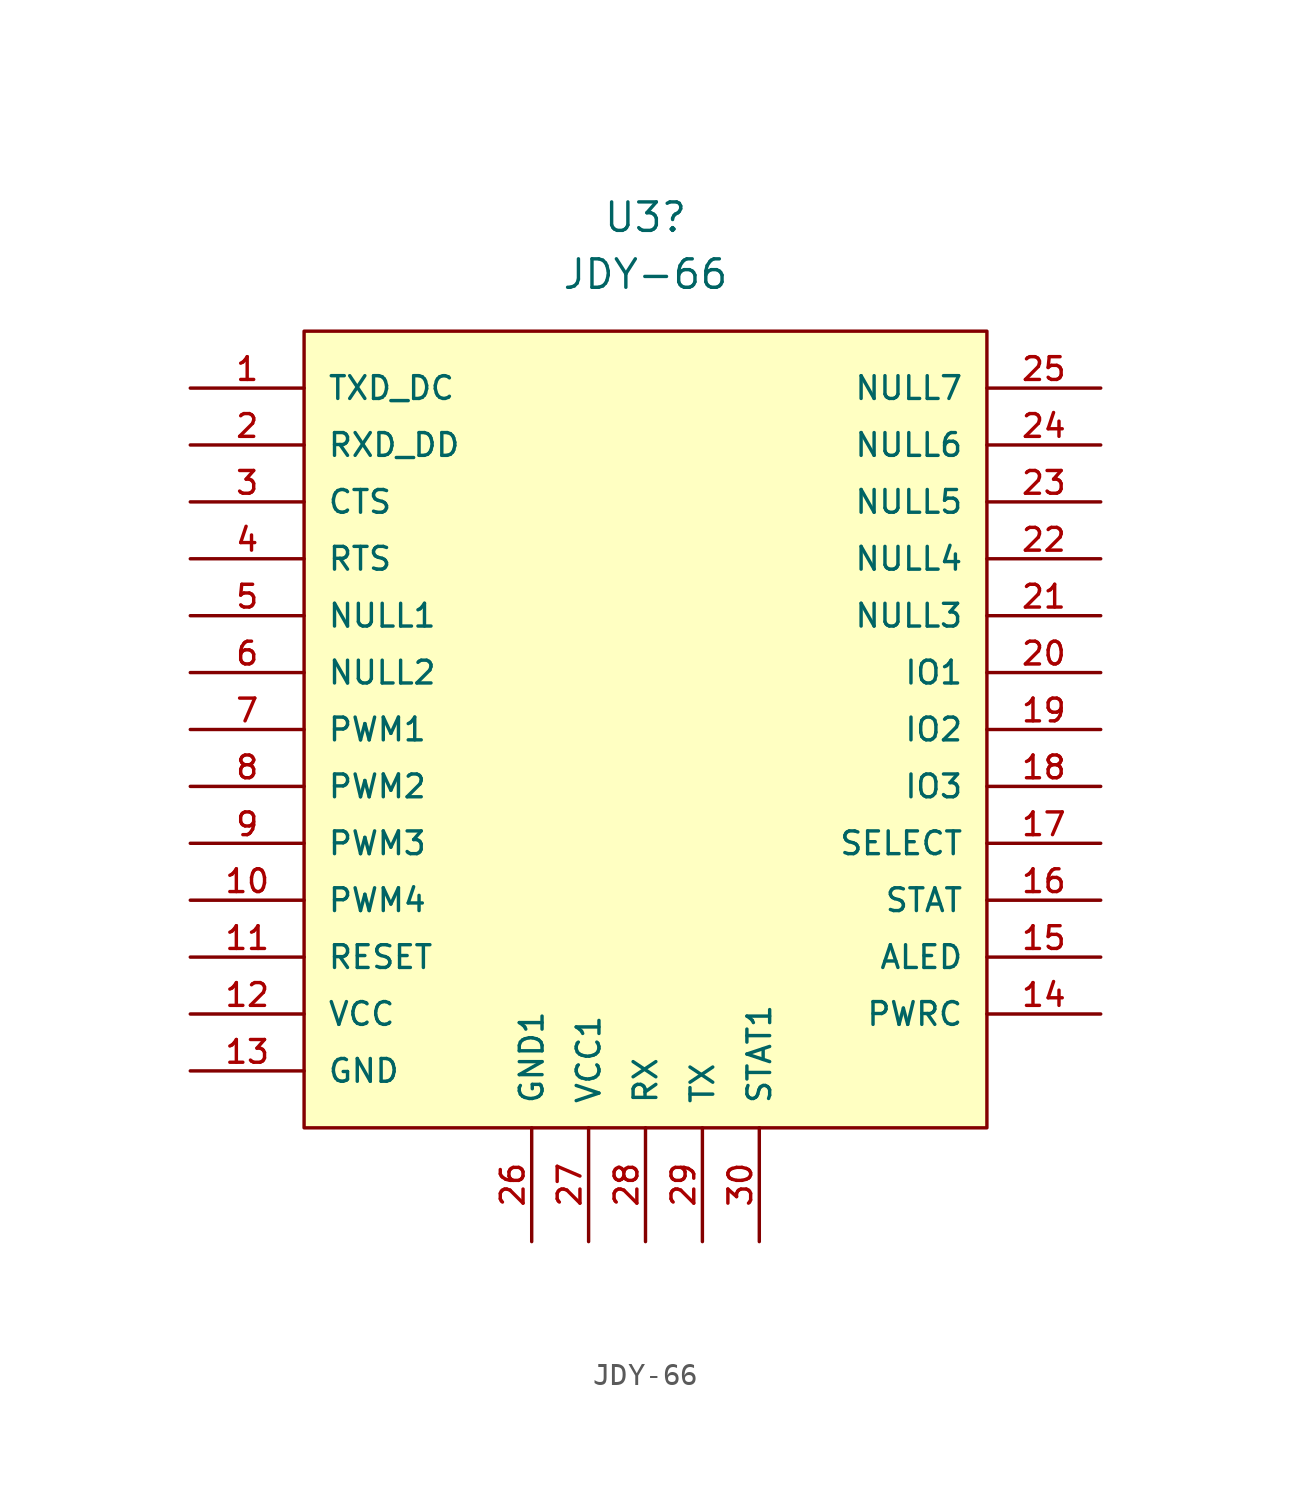
<source format=kicad_sym>
(kicad_symbol_lib
  (version 20231120)
  (generator "kicad_symbol_editor")
  (generator_version "8.0")
  (symbol "JDY-66"
    (pin_names
      (offset 1.016))
    (property "Reference" "U3"
      (at 25.4 43.18 0)
      (effects (font (size 1.27 1.27))))
    (property "Value" "JDY-66"
      (at 25.4 40.64 0)
      (effects (font (size 1.27 1.27))))
    (symbol "JDY-66_0_0"
      (rectangle (start 10.16 2.54) (end 40.64 38.1) (stroke (width 0.152) (type default)) (fill (type background)))
      (pin bidirectional line (at 5.08 35.56 0) (length 5.08) (name "TXD_DC" (effects (font (size 1.016 1.016)))) (number "1" (effects (font (size 1.016 1.016)))))
      (pin bidirectional line (at 5.08 12.7 0) (length 5.08) (name "PWM4" (effects (font (size 1.016 1.016)))) (number "10" (effects (font (size 1.016 1.016)))))
      (pin bidirectional line (at 5.08 10.16 0) (length 5.08) (name "RESET" (effects (font (size 1.016 1.016)))) (number "11" (effects (font (size 1.016 1.016)))))
      (pin bidirectional line (at 5.08 7.62 0) (length 5.08) (name "VCC" (effects (font (size 1.016 1.016)))) (number "12" (effects (font (size 1.016 1.016)))))
      (pin bidirectional line (at 5.08 5.08 0) (length 5.08) (name "GND" (effects (font (size 1.016 1.016)))) (number "13" (effects (font (size 1.016 1.016)))))
      (pin bidirectional line (at 45.72 7.62 180) (length 5.08) (name "PWRC" (effects (font (size 1.016 1.016)))) (number "14" (effects (font (size 1.016 1.016)))))
      (pin bidirectional line (at 45.72 10.16 180) (length 5.08) (name "ALED" (effects (font (size 1.016 1.016)))) (number "15" (effects (font (size 1.016 1.016)))))
      (pin bidirectional line (at 45.72 12.7 180) (length 5.08) (name "STAT" (effects (font (size 1.016 1.016)))) (number "16" (effects (font (size 1.016 1.016)))))
      (pin bidirectional line (at 45.72 15.24 180) (length 5.08) (name "SELECT" (effects (font (size 1.016 1.016)))) (number "17" (effects (font (size 1.016 1.016)))))
      (pin bidirectional line (at 45.72 17.78 180) (length 5.08) (name "IO3" (effects (font (size 1.016 1.016)))) (number "18" (effects (font (size 1.016 1.016)))))
      (pin bidirectional line (at 45.72 20.32 180) (length 5.08) (name "IO2" (effects (font (size 1.016 1.016)))) (number "19" (effects (font (size 1.016 1.016)))))
      (pin bidirectional line (at 5.08 33.02 0) (length 5.08) (name "RXD_DD" (effects (font (size 1.016 1.016)))) (number "2" (effects (font (size 1.016 1.016)))))
      (pin bidirectional line (at 45.72 22.86 180) (length 5.08) (name "IO1" (effects (font (size 1.016 1.016)))) (number "20" (effects (font (size 1.016 1.016)))))
      (pin bidirectional line (at 45.72 25.4 180) (length 5.08) (name "NULL3" (effects (font (size 1.016 1.016)))) (number "21" (effects (font (size 1.016 1.016)))))
      (pin bidirectional line (at 45.72 27.94 180) (length 5.08) (name "NULL4" (effects (font (size 1.016 1.016)))) (number "22" (effects (font (size 1.016 1.016)))))
      (pin bidirectional line (at 45.72 30.48 180) (length 5.08) (name "NULL5" (effects (font (size 1.016 1.016)))) (number "23" (effects (font (size 1.016 1.016)))))
      (pin bidirectional line (at 45.72 33.02 180) (length 5.08) (name "NULL6" (effects (font (size 1.016 1.016)))) (number "24" (effects (font (size 1.016 1.016)))))
      (pin bidirectional line (at 45.72 35.56 180) (length 5.08) (name "NULL7" (effects (font (size 1.016 1.016)))) (number "25" (effects (font (size 1.016 1.016)))))
      (pin bidirectional line (at 20.32 -2.54 90) (length 5.08) (name "GND1" (effects (font (size 1.016 1.016)))) (number "26" (effects (font (size 1.016 1.016)))))
      (pin bidirectional line (at 22.86 -2.54 90) (length 5.08) (name "VCC1" (effects (font (size 1.016 1.016)))) (number "27" (effects (font (size 1.016 1.016)))))
      (pin bidirectional line (at 25.4 -2.54 90) (length 5.08) (name "RX" (effects (font (size 1.016 1.016)))) (number "28" (effects (font (size 1.016 1.016)))))
      (pin bidirectional line (at 27.94 -2.54 90) (length 5.08) (name "TX" (effects (font (size 1.016 1.016)))) (number "29" (effects (font (size 1.016 1.016)))))
      (pin bidirectional line (at 5.08 30.48 0) (length 5.08) (name "CTS" (effects (font (size 1.016 1.016)))) (number "3" (effects (font (size 1.016 1.016)))))
      (pin bidirectional line (at 30.48 -2.54 90) (length 5.08) (name "STAT1" (effects (font (size 1.016 1.016)))) (number "30" (effects (font (size 1.016 1.016)))))
      (pin bidirectional line (at 5.08 27.94 0) (length 5.08) (name "RTS" (effects (font (size 1.016 1.016)))) (number "4" (effects (font (size 1.016 1.016)))))
      (pin bidirectional line (at 5.08 25.4 0) (length 5.08) (name "NULL1" (effects (font (size 1.016 1.016)))) (number "5" (effects (font (size 1.016 1.016)))))
      (pin bidirectional line (at 5.08 22.86 0) (length 5.08) (name "NULL2" (effects (font (size 1.016 1.016)))) (number "6" (effects (font (size 1.016 1.016)))))
      (pin bidirectional line (at 5.08 20.32 0) (length 5.08) (name "PWM1" (effects (font (size 1.016 1.016)))) (number "7" (effects (font (size 1.016 1.016)))))
      (pin bidirectional line (at 5.08 17.78 0) (length 5.08) (name "PWM2" (effects (font (size 1.016 1.016)))) (number "8" (effects (font (size 1.016 1.016)))))
      (pin bidirectional line (at 5.08 15.24 0) (length 5.08) (name "PWM3" (effects (font (size 1.016 1.016)))) (number "9" (effects (font (size 1.016 1.016))))))))
</source>
